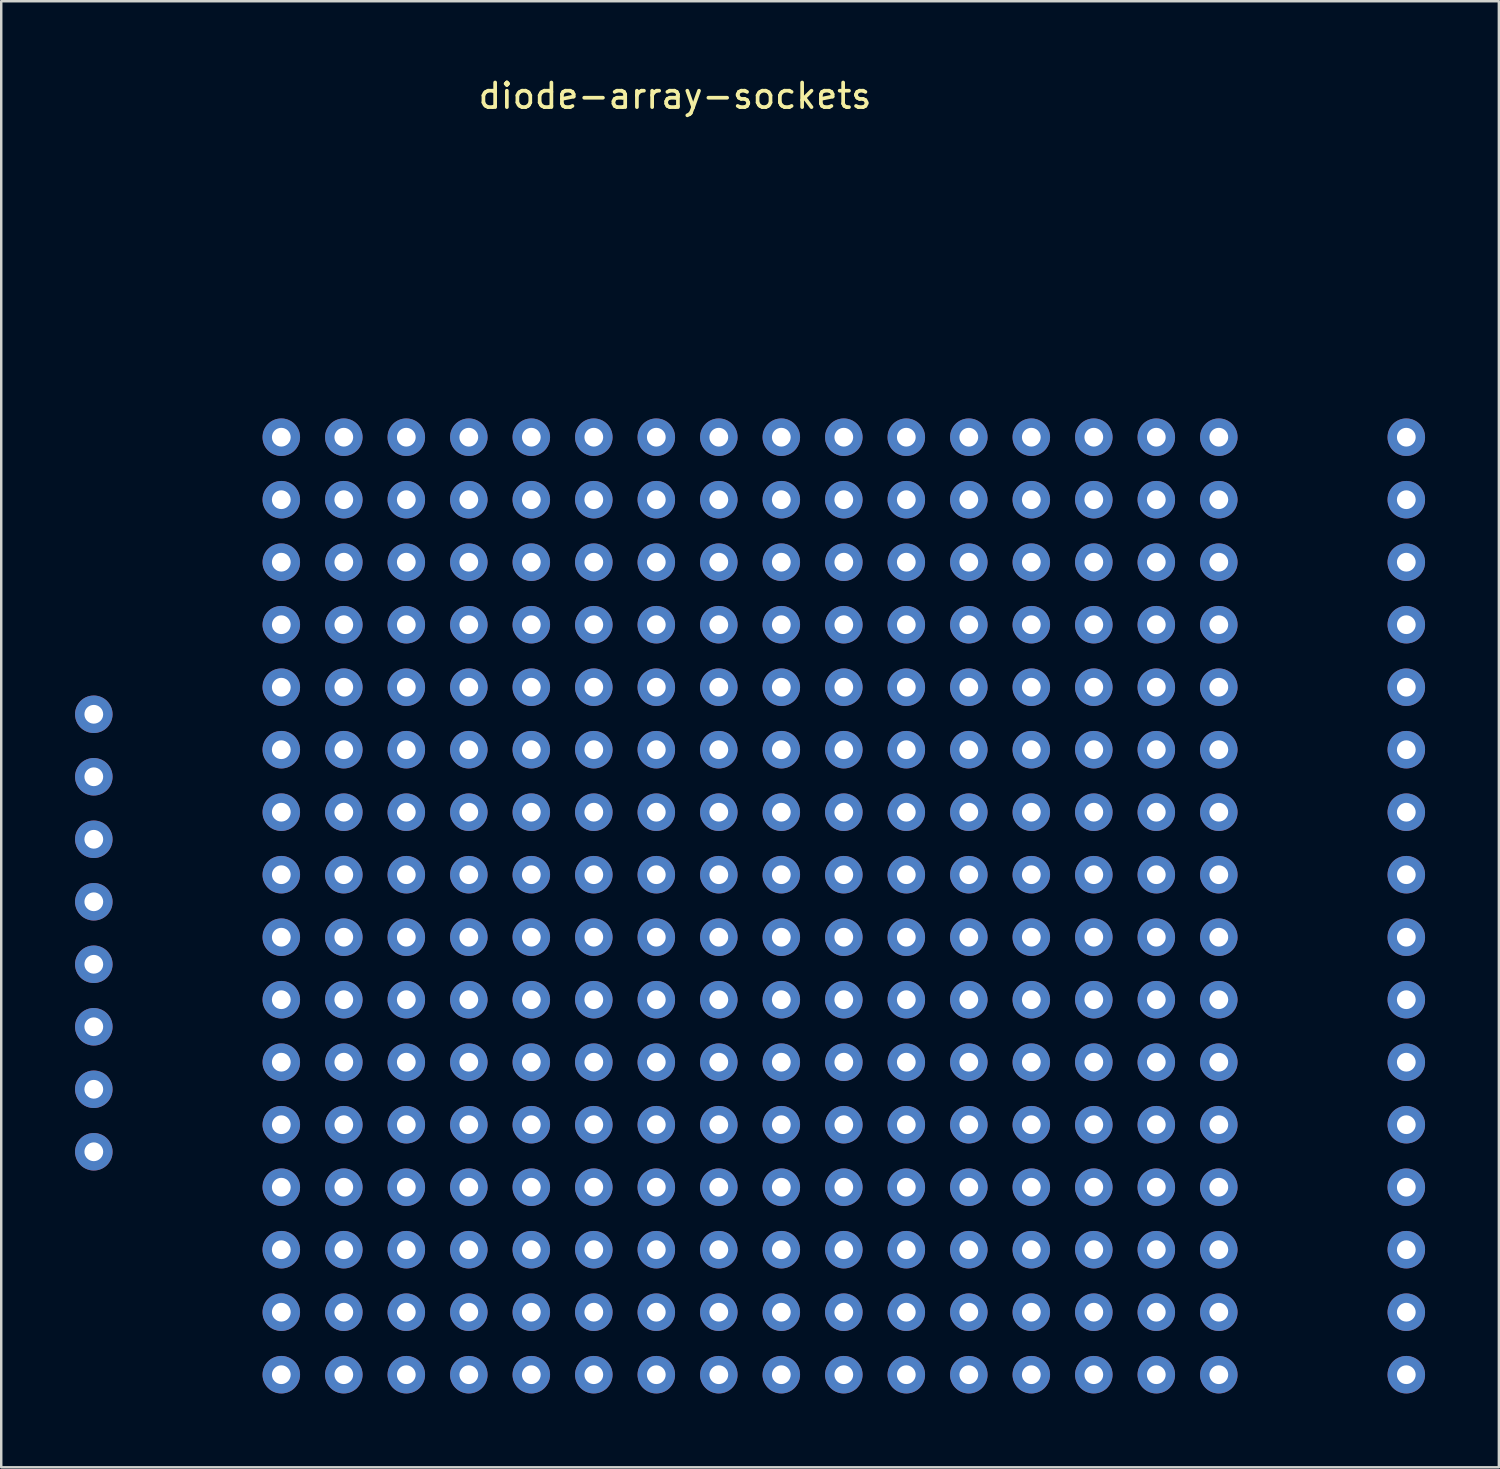
<source format=kicad_pcb>
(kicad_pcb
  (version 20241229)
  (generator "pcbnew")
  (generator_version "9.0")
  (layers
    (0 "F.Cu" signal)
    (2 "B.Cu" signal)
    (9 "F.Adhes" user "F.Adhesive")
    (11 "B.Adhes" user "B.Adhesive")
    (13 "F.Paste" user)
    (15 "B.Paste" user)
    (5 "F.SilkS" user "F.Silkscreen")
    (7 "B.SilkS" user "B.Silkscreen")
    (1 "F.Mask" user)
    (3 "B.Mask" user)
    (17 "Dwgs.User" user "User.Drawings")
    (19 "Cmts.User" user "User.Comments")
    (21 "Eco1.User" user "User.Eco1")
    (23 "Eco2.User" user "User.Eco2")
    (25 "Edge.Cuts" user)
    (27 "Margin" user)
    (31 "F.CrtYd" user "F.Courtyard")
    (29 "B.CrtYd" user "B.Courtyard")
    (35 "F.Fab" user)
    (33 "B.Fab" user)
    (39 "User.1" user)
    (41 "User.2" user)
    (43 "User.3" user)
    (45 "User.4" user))
  (footprint "diode-array-sockets"
    (layer "F.Cu")
    (at 16.002 20.898)
    (property "Reference" "diode-array-sockets" (at 8.38 -20.05 0) (layer "F.SilkS") (effects (font (size 1 1) (thickness 0.15))))
    (attr through_hole)
    (pad "1" thru_hole circle (at -15.24 22.86 90) (size 1.524 1.524) (drill 0.762) (layers "*.Cu" "*.Mask"))
    (pad "1" thru_hole circle (at -7.62 -6.18) (size 1.524 1.524) (drill 0.762) (layers "*.Cu" "*.Mask"))
    (pad "1" thru_hole circle (at -7.62 -3.64) (size 1.524 1.524) (drill 0.762) (layers "*.Cu" "*.Mask"))
    (pad "1" thru_hole circle (at -7.62 -1.1) (size 1.524 1.524) (drill 0.762) (layers "*.Cu" "*.Mask"))
    (pad "1" thru_hole circle (at -7.62 1.44) (size 1.524 1.524) (drill 0.762) (layers "*.Cu" "*.Mask"))
    (pad "1" thru_hole circle (at -7.62 3.98) (size 1.524 1.524) (drill 0.762) (layers "*.Cu" "*.Mask"))
    (pad "1" thru_hole circle (at -7.62 6.52) (size 1.524 1.524) (drill 0.762) (layers "*.Cu" "*.Mask"))
    (pad "1" thru_hole circle (at -7.62 9.06) (size 1.524 1.524) (drill 0.762) (layers "*.Cu" "*.Mask"))
    (pad "1" thru_hole circle (at -7.62 11.6) (size 1.524 1.524) (drill 0.762) (layers "*.Cu" "*.Mask"))
    (pad "1" thru_hole circle (at -7.62 14.14) (size 1.524 1.524) (drill 0.762) (layers "*.Cu" "*.Mask"))
    (pad "1" thru_hole circle (at -7.62 16.68) (size 1.524 1.524) (drill 0.762) (layers "*.Cu" "*.Mask"))
    (pad "1" thru_hole circle (at -7.62 19.22) (size 1.524 1.524) (drill 0.762) (layers "*.Cu" "*.Mask"))
    (pad "1" thru_hole circle (at -7.62 21.76) (size 1.524 1.524) (drill 0.762) (layers "*.Cu" "*.Mask"))
    (pad "1" thru_hole circle (at -7.62 24.3) (size 1.524 1.524) (drill 0.762) (layers "*.Cu" "*.Mask"))
    (pad "1" thru_hole circle (at -7.62 26.84) (size 1.524 1.524) (drill 0.762) (layers "*.Cu" "*.Mask"))
    (pad "1" thru_hole circle (at -7.62 29.38) (size 1.524 1.524) (drill 0.762) (layers "*.Cu" "*.Mask"))
    (pad "1" thru_hole circle (at -7.62 31.92) (size 1.524 1.524) (drill 0.762) (layers "*.Cu" "*.Mask"))
    (pad "2" thru_hole circle (at -15.24 20.32 90) (size 1.524 1.524) (drill 0.762) (layers "*.Cu" "*.Mask"))
    (pad "2" thru_hole circle (at -2.54 -6.18) (size 1.524 1.524) (drill 0.762) (layers "*.Cu" "*.Mask"))
    (pad "2" thru_hole circle (at -2.54 -3.64) (size 1.524 1.524) (drill 0.762) (layers "*.Cu" "*.Mask"))
    (pad "2" thru_hole circle (at -2.54 -1.1) (size 1.524 1.524) (drill 0.762) (layers "*.Cu" "*.Mask"))
    (pad "2" thru_hole circle (at -2.54 1.44) (size 1.524 1.524) (drill 0.762) (layers "*.Cu" "*.Mask"))
    (pad "2" thru_hole circle (at -2.54 3.98) (size 1.524 1.524) (drill 0.762) (layers "*.Cu" "*.Mask"))
    (pad "2" thru_hole circle (at -2.54 6.52) (size 1.524 1.524) (drill 0.762) (layers "*.Cu" "*.Mask"))
    (pad "2" thru_hole circle (at -2.54 9.06) (size 1.524 1.524) (drill 0.762) (layers "*.Cu" "*.Mask"))
    (pad "2" thru_hole circle (at -2.54 11.6) (size 1.524 1.524) (drill 0.762) (layers "*.Cu" "*.Mask"))
    (pad "2" thru_hole circle (at -2.54 14.14) (size 1.524 1.524) (drill 0.762) (layers "*.Cu" "*.Mask"))
    (pad "2" thru_hole circle (at -2.54 16.68) (size 1.524 1.524) (drill 0.762) (layers "*.Cu" "*.Mask"))
    (pad "2" thru_hole circle (at -2.54 19.22) (size 1.524 1.524) (drill 0.762) (layers "*.Cu" "*.Mask"))
    (pad "2" thru_hole circle (at -2.54 21.76) (size 1.524 1.524) (drill 0.762) (layers "*.Cu" "*.Mask"))
    (pad "2" thru_hole circle (at -2.54 24.3) (size 1.524 1.524) (drill 0.762) (layers "*.Cu" "*.Mask"))
    (pad "2" thru_hole circle (at -2.54 26.84) (size 1.524 1.524) (drill 0.762) (layers "*.Cu" "*.Mask"))
    (pad "2" thru_hole circle (at -2.54 29.38) (size 1.524 1.524) (drill 0.762) (layers "*.Cu" "*.Mask"))
    (pad "2" thru_hole circle (at -2.54 31.92) (size 1.524 1.524) (drill 0.762) (layers "*.Cu" "*.Mask"))
    (pad "3" thru_hole circle (at -15.24 17.78 90) (size 1.524 1.524) (drill 0.762) (layers "*.Cu" "*.Mask"))
    (pad "3" thru_hole circle (at 2.54 -6.18) (size 1.524 1.524) (drill 0.762) (layers "*.Cu" "*.Mask"))
    (pad "3" thru_hole circle (at 2.54 -3.64) (size 1.524 1.524) (drill 0.762) (layers "*.Cu" "*.Mask"))
    (pad "3" thru_hole circle (at 2.54 -1.1) (size 1.524 1.524) (drill 0.762) (layers "*.Cu" "*.Mask"))
    (pad "3" thru_hole circle (at 2.54 1.44) (size 1.524 1.524) (drill 0.762) (layers "*.Cu" "*.Mask"))
    (pad "3" thru_hole circle (at 2.54 3.98) (size 1.524 1.524) (drill 0.762) (layers "*.Cu" "*.Mask"))
    (pad "3" thru_hole circle (at 2.54 6.52) (size 1.524 1.524) (drill 0.762) (layers "*.Cu" "*.Mask"))
    (pad "3" thru_hole circle (at 2.54 9.06) (size 1.524 1.524) (drill 0.762) (layers "*.Cu" "*.Mask"))
    (pad "3" thru_hole circle (at 2.54 11.6) (size 1.524 1.524) (drill 0.762) (layers "*.Cu" "*.Mask"))
    (pad "3" thru_hole circle (at 2.54 14.14) (size 1.524 1.524) (drill 0.762) (layers "*.Cu" "*.Mask"))
    (pad "3" thru_hole circle (at 2.54 16.68) (size 1.524 1.524) (drill 0.762) (layers "*.Cu" "*.Mask"))
    (pad "3" thru_hole circle (at 2.54 19.22) (size 1.524 1.524) (drill 0.762) (layers "*.Cu" "*.Mask"))
    (pad "3" thru_hole circle (at 2.54 21.76) (size 1.524 1.524) (drill 0.762) (layers "*.Cu" "*.Mask"))
    (pad "3" thru_hole circle (at 2.54 24.3) (size 1.524 1.524) (drill 0.762) (layers "*.Cu" "*.Mask"))
    (pad "3" thru_hole circle (at 2.54 26.84) (size 1.524 1.524) (drill 0.762) (layers "*.Cu" "*.Mask"))
    (pad "3" thru_hole circle (at 2.54 29.38) (size 1.524 1.524) (drill 0.762) (layers "*.Cu" "*.Mask"))
    (pad "3" thru_hole circle (at 2.54 31.92) (size 1.524 1.524) (drill 0.762) (layers "*.Cu" "*.Mask"))
    (pad "4" thru_hole circle (at -15.24 15.24 90) (size 1.524 1.524) (drill 0.762) (layers "*.Cu" "*.Mask"))
    (pad "4" thru_hole circle (at 7.62 -6.18) (size 1.524 1.524) (drill 0.762) (layers "*.Cu" "*.Mask"))
    (pad "4" thru_hole circle (at 7.62 -3.64) (size 1.524 1.524) (drill 0.762) (layers "*.Cu" "*.Mask"))
    (pad "4" thru_hole circle (at 7.62 -1.1) (size 1.524 1.524) (drill 0.762) (layers "*.Cu" "*.Mask"))
    (pad "4" thru_hole circle (at 7.62 1.44) (size 1.524 1.524) (drill 0.762) (layers "*.Cu" "*.Mask"))
    (pad "4" thru_hole circle (at 7.62 3.98) (size 1.524 1.524) (drill 0.762) (layers "*.Cu" "*.Mask"))
    (pad "4" thru_hole circle (at 7.62 6.52) (size 1.524 1.524) (drill 0.762) (layers "*.Cu" "*.Mask"))
    (pad "4" thru_hole circle (at 7.62 9.06) (size 1.524 1.524) (drill 0.762) (layers "*.Cu" "*.Mask"))
    (pad "4" thru_hole circle (at 7.62 11.6) (size 1.524 1.524) (drill 0.762) (layers "*.Cu" "*.Mask"))
    (pad "4" thru_hole circle (at 7.62 14.14) (size 1.524 1.524) (drill 0.762) (layers "*.Cu" "*.Mask"))
    (pad "4" thru_hole circle (at 7.62 16.68) (size 1.524 1.524) (drill 0.762) (layers "*.Cu" "*.Mask"))
    (pad "4" thru_hole circle (at 7.62 19.22) (size 1.524 1.524) (drill 0.762) (layers "*.Cu" "*.Mask"))
    (pad "4" thru_hole circle (at 7.62 21.76) (size 1.524 1.524) (drill 0.762) (layers "*.Cu" "*.Mask"))
    (pad "4" thru_hole circle (at 7.62 24.3) (size 1.524 1.524) (drill 0.762) (layers "*.Cu" "*.Mask"))
    (pad "4" thru_hole circle (at 7.62 26.84) (size 1.524 1.524) (drill 0.762) (layers "*.Cu" "*.Mask"))
    (pad "4" thru_hole circle (at 7.62 29.38) (size 1.524 1.524) (drill 0.762) (layers "*.Cu" "*.Mask"))
    (pad "4" thru_hole circle (at 7.62 31.92) (size 1.524 1.524) (drill 0.762) (layers "*.Cu" "*.Mask"))
    (pad "5" thru_hole circle (at -15.24 12.7 90) (size 1.524 1.524) (drill 0.762) (layers "*.Cu" "*.Mask"))
    (pad "5" thru_hole circle (at 12.7 -6.18) (size 1.524 1.524) (drill 0.762) (layers "*.Cu" "*.Mask"))
    (pad "5" thru_hole circle (at 12.7 -3.64) (size 1.524 1.524) (drill 0.762) (layers "*.Cu" "*.Mask"))
    (pad "5" thru_hole circle (at 12.7 -1.1) (size 1.524 1.524) (drill 0.762) (layers "*.Cu" "*.Mask"))
    (pad "5" thru_hole circle (at 12.7 1.44) (size 1.524 1.524) (drill 0.762) (layers "*.Cu" "*.Mask"))
    (pad "5" thru_hole circle (at 12.7 3.98) (size 1.524 1.524) (drill 0.762) (layers "*.Cu" "*.Mask"))
    (pad "5" thru_hole circle (at 12.7 6.52) (size 1.524 1.524) (drill 0.762) (layers "*.Cu" "*.Mask"))
    (pad "5" thru_hole circle (at 12.7 9.06) (size 1.524 1.524) (drill 0.762) (layers "*.Cu" "*.Mask"))
    (pad "5" thru_hole circle (at 12.7 11.6) (size 1.524 1.524) (drill 0.762) (layers "*.Cu" "*.Mask"))
    (pad "5" thru_hole circle (at 12.7 14.14) (size 1.524 1.524) (drill 0.762) (layers "*.Cu" "*.Mask"))
    (pad "5" thru_hole circle (at 12.7 16.68) (size 1.524 1.524) (drill 0.762) (layers "*.Cu" "*.Mask"))
    (pad "5" thru_hole circle (at 12.7 19.22) (size 1.524 1.524) (drill 0.762) (layers "*.Cu" "*.Mask"))
    (pad "5" thru_hole circle (at 12.7 21.76) (size 1.524 1.524) (drill 0.762) (layers "*.Cu" "*.Mask"))
    (pad "5" thru_hole circle (at 12.7 24.3) (size 1.524 1.524) (drill 0.762) (layers "*.Cu" "*.Mask"))
    (pad "5" thru_hole circle (at 12.7 26.84) (size 1.524 1.524) (drill 0.762) (layers "*.Cu" "*.Mask"))
    (pad "5" thru_hole circle (at 12.7 29.38) (size 1.524 1.524) (drill 0.762) (layers "*.Cu" "*.Mask"))
    (pad "5" thru_hole circle (at 12.7 31.92) (size 1.524 1.524) (drill 0.762) (layers "*.Cu" "*.Mask"))
    (pad "6" thru_hole circle (at -15.24 10.16 90) (size 1.524 1.524) (drill 0.762) (layers "*.Cu" "*.Mask"))
    (pad "6" thru_hole circle (at 17.78 -6.18) (size 1.524 1.524) (drill 0.762) (layers "*.Cu" "*.Mask"))
    (pad "6" thru_hole circle (at 17.78 -3.64) (size 1.524 1.524) (drill 0.762) (layers "*.Cu" "*.Mask"))
    (pad "6" thru_hole circle (at 17.78 -1.1) (size 1.524 1.524) (drill 0.762) (layers "*.Cu" "*.Mask"))
    (pad "6" thru_hole circle (at 17.78 1.44) (size 1.524 1.524) (drill 0.762) (layers "*.Cu" "*.Mask"))
    (pad "6" thru_hole circle (at 17.78 3.98) (size 1.524 1.524) (drill 0.762) (layers "*.Cu" "*.Mask"))
    (pad "6" thru_hole circle (at 17.78 6.52) (size 1.524 1.524) (drill 0.762) (layers "*.Cu" "*.Mask"))
    (pad "6" thru_hole circle (at 17.78 9.06) (size 1.524 1.524) (drill 0.762) (layers "*.Cu" "*.Mask"))
    (pad "6" thru_hole circle (at 17.78 11.6) (size 1.524 1.524) (drill 0.762) (layers "*.Cu" "*.Mask"))
    (pad "6" thru_hole circle (at 17.78 14.14) (size 1.524 1.524) (drill 0.762) (layers "*.Cu" "*.Mask"))
    (pad "6" thru_hole circle (at 17.78 16.68) (size 1.524 1.524) (drill 0.762) (layers "*.Cu" "*.Mask"))
    (pad "6" thru_hole circle (at 17.78 19.22) (size 1.524 1.524) (drill 0.762) (layers "*.Cu" "*.Mask"))
    (pad "6" thru_hole circle (at 17.78 21.76) (size 1.524 1.524) (drill 0.762) (layers "*.Cu" "*.Mask"))
    (pad "6" thru_hole circle (at 17.78 24.3) (size 1.524 1.524) (drill 0.762) (layers "*.Cu" "*.Mask"))
    (pad "6" thru_hole circle (at 17.78 26.84) (size 1.524 1.524) (drill 0.762) (layers "*.Cu" "*.Mask"))
    (pad "6" thru_hole circle (at 17.78 29.38) (size 1.524 1.524) (drill 0.762) (layers "*.Cu" "*.Mask"))
    (pad "6" thru_hole circle (at 17.78 31.92) (size 1.524 1.524) (drill 0.762) (layers "*.Cu" "*.Mask"))
    (pad "7" thru_hole circle (at -15.24 7.62 90) (size 1.524 1.524) (drill 0.762) (layers "*.Cu" "*.Mask"))
    (pad "7" thru_hole circle (at 22.86 -6.18) (size 1.524 1.524) (drill 0.762) (layers "*.Cu" "*.Mask"))
    (pad "7" thru_hole circle (at 22.86 -3.64) (size 1.524 1.524) (drill 0.762) (layers "*.Cu" "*.Mask"))
    (pad "7" thru_hole circle (at 22.86 -1.1) (size 1.524 1.524) (drill 0.762) (layers "*.Cu" "*.Mask"))
    (pad "7" thru_hole circle (at 22.86 1.44) (size 1.524 1.524) (drill 0.762) (layers "*.Cu" "*.Mask"))
    (pad "7" thru_hole circle (at 22.86 3.98) (size 1.524 1.524) (drill 0.762) (layers "*.Cu" "*.Mask"))
    (pad "7" thru_hole circle (at 22.86 6.52) (size 1.524 1.524) (drill 0.762) (layers "*.Cu" "*.Mask"))
    (pad "7" thru_hole circle (at 22.86 9.06) (size 1.524 1.524) (drill 0.762) (layers "*.Cu" "*.Mask"))
    (pad "7" thru_hole circle (at 22.86 11.6) (size 1.524 1.524) (drill 0.762) (layers "*.Cu" "*.Mask"))
    (pad "7" thru_hole circle (at 22.86 14.14) (size 1.524 1.524) (drill 0.762) (layers "*.Cu" "*.Mask"))
    (pad "7" thru_hole circle (at 22.86 16.68) (size 1.524 1.524) (drill 0.762) (layers "*.Cu" "*.Mask"))
    (pad "7" thru_hole circle (at 22.86 19.22) (size 1.524 1.524) (drill 0.762) (layers "*.Cu" "*.Mask"))
    (pad "7" thru_hole circle (at 22.86 21.76) (size 1.524 1.524) (drill 0.762) (layers "*.Cu" "*.Mask"))
    (pad "7" thru_hole circle (at 22.86 24.3) (size 1.524 1.524) (drill 0.762) (layers "*.Cu" "*.Mask"))
    (pad "7" thru_hole circle (at 22.86 26.84) (size 1.524 1.524) (drill 0.762) (layers "*.Cu" "*.Mask"))
    (pad "7" thru_hole circle (at 22.86 29.38) (size 1.524 1.524) (drill 0.762) (layers "*.Cu" "*.Mask"))
    (pad "7" thru_hole circle (at 22.86 31.92) (size 1.524 1.524) (drill 0.762) (layers "*.Cu" "*.Mask"))
    (pad "8" thru_hole circle (at -15.24 5.08 90) (size 1.524 1.524) (drill 0.762) (layers "*.Cu" "*.Mask"))
    (pad "8" thru_hole circle (at 27.94 -6.18) (size 1.524 1.524) (drill 0.762) (layers "*.Cu" "*.Mask"))
    (pad "8" thru_hole circle (at 27.94 -3.64) (size 1.524 1.524) (drill 0.762) (layers "*.Cu" "*.Mask"))
    (pad "8" thru_hole circle (at 27.94 -1.1) (size 1.524 1.524) (drill 0.762) (layers "*.Cu" "*.Mask"))
    (pad "8" thru_hole circle (at 27.94 1.44) (size 1.524 1.524) (drill 0.762) (layers "*.Cu" "*.Mask"))
    (pad "8" thru_hole circle (at 27.94 3.98) (size 1.524 1.524) (drill 0.762) (layers "*.Cu" "*.Mask"))
    (pad "8" thru_hole circle (at 27.94 6.52) (size 1.524 1.524) (drill 0.762) (layers "*.Cu" "*.Mask"))
    (pad "8" thru_hole circle (at 27.94 9.06) (size 1.524 1.524) (drill 0.762) (layers "*.Cu" "*.Mask"))
    (pad "8" thru_hole circle (at 27.94 11.6) (size 1.524 1.524) (drill 0.762) (layers "*.Cu" "*.Mask"))
    (pad "8" thru_hole circle (at 27.94 14.14) (size 1.524 1.524) (drill 0.762) (layers "*.Cu" "*.Mask"))
    (pad "8" thru_hole circle (at 27.94 16.68) (size 1.524 1.524) (drill 0.762) (layers "*.Cu" "*.Mask"))
    (pad "8" thru_hole circle (at 27.94 19.22) (size 1.524 1.524) (drill 0.762) (layers "*.Cu" "*.Mask"))
    (pad "8" thru_hole circle (at 27.94 21.76) (size 1.524 1.524) (drill 0.762) (layers "*.Cu" "*.Mask"))
    (pad "8" thru_hole circle (at 27.94 24.3) (size 1.524 1.524) (drill 0.762) (layers "*.Cu" "*.Mask"))
    (pad "8" thru_hole circle (at 27.94 26.84) (size 1.524 1.524) (drill 0.762) (layers "*.Cu" "*.Mask"))
    (pad "8" thru_hole circle (at 27.94 29.38) (size 1.524 1.524) (drill 0.762) (layers "*.Cu" "*.Mask"))
    (pad "8" thru_hole circle (at 27.94 31.92) (size 1.524 1.524) (drill 0.762) (layers "*.Cu" "*.Mask"))
    (pad "9" thru_hole circle (at -5.08 -6.18) (size 1.524 1.524) (drill 0.762) (layers "*.Cu" "*.Mask"))
    (pad "9" thru_hole circle (at 0 -6.18) (size 1.524 1.524) (drill 0.762) (layers "*.Cu" "*.Mask"))
    (pad "9" thru_hole circle (at 5.08 -6.18) (size 1.524 1.524) (drill 0.762) (layers "*.Cu" "*.Mask"))
    (pad "9" thru_hole circle (at 10.16 -6.18) (size 1.524 1.524) (drill 0.762) (layers "*.Cu" "*.Mask"))
    (pad "9" thru_hole circle (at 15.24 -6.18) (size 1.524 1.524) (drill 0.762) (layers "*.Cu" "*.Mask"))
    (pad "9" thru_hole circle (at 20.32 -6.18) (size 1.524 1.524) (drill 0.762) (layers "*.Cu" "*.Mask"))
    (pad "9" thru_hole circle (at 25.4 -6.18) (size 1.524 1.524) (drill 0.762) (layers "*.Cu" "*.Mask"))
    (pad "9" thru_hole circle (at 30.48 -6.18) (size 1.524 1.524) (drill 0.762) (layers "*.Cu" "*.Mask"))
    (pad "9" thru_hole circle (at 38.1 -6.18) (size 1.524 1.524) (drill 0.762) (layers "*.Cu" "*.Mask"))
    (pad "10" thru_hole circle (at -5.08 -3.64) (size 1.524 1.524) (drill 0.762) (layers "*.Cu" "*.Mask"))
    (pad "10" thru_hole circle (at 0 -3.64) (size 1.524 1.524) (drill 0.762) (layers "*.Cu" "*.Mask"))
    (pad "10" thru_hole circle (at 5.08 -3.64) (size 1.524 1.524) (drill 0.762) (layers "*.Cu" "*.Mask"))
    (pad "10" thru_hole circle (at 10.16 -3.64) (size 1.524 1.524) (drill 0.762) (layers "*.Cu" "*.Mask"))
    (pad "10" thru_hole circle (at 15.24 -3.64) (size 1.524 1.524) (drill 0.762) (layers "*.Cu" "*.Mask"))
    (pad "10" thru_hole circle (at 20.32 -3.64) (size 1.524 1.524) (drill 0.762) (layers "*.Cu" "*.Mask"))
    (pad "10" thru_hole circle (at 25.4 -3.64) (size 1.524 1.524) (drill 0.762) (layers "*.Cu" "*.Mask"))
    (pad "10" thru_hole circle (at 30.48 -3.64) (size 1.524 1.524) (drill 0.762) (layers "*.Cu" "*.Mask"))
    (pad "10" thru_hole circle (at 38.1 -3.64) (size 1.524 1.524) (drill 0.762) (layers "*.Cu" "*.Mask"))
    (pad "11" thru_hole circle (at -5.08 -1.1) (size 1.524 1.524) (drill 0.762) (layers "*.Cu" "*.Mask"))
    (pad "11" thru_hole circle (at 0 -1.1) (size 1.524 1.524) (drill 0.762) (layers "*.Cu" "*.Mask"))
    (pad "11" thru_hole circle (at 5.08 -1.1) (size 1.524 1.524) (drill 0.762) (layers "*.Cu" "*.Mask"))
    (pad "11" thru_hole circle (at 10.16 -1.1) (size 1.524 1.524) (drill 0.762) (layers "*.Cu" "*.Mask"))
    (pad "11" thru_hole circle (at 15.24 -1.1) (size 1.524 1.524) (drill 0.762) (layers "*.Cu" "*.Mask"))
    (pad "11" thru_hole circle (at 20.32 -1.1) (size 1.524 1.524) (drill 0.762) (layers "*.Cu" "*.Mask"))
    (pad "11" thru_hole circle (at 25.4 -1.1) (size 1.524 1.524) (drill 0.762) (layers "*.Cu" "*.Mask"))
    (pad "11" thru_hole circle (at 30.48 -1.1) (size 1.524 1.524) (drill 0.762) (layers "*.Cu" "*.Mask"))
    (pad "11" thru_hole circle (at 38.1 -1.1) (size 1.524 1.524) (drill 0.762) (layers "*.Cu" "*.Mask"))
    (pad "12" thru_hole circle (at -5.08 1.44) (size 1.524 1.524) (drill 0.762) (layers "*.Cu" "*.Mask"))
    (pad "12" thru_hole circle (at 0 1.44) (size 1.524 1.524) (drill 0.762) (layers "*.Cu" "*.Mask"))
    (pad "12" thru_hole circle (at 5.08 1.44) (size 1.524 1.524) (drill 0.762) (layers "*.Cu" "*.Mask"))
    (pad "12" thru_hole circle (at 10.16 1.44) (size 1.524 1.524) (drill 0.762) (layers "*.Cu" "*.Mask"))
    (pad "12" thru_hole circle (at 15.24 1.44) (size 1.524 1.524) (drill 0.762) (layers "*.Cu" "*.Mask"))
    (pad "12" thru_hole circle (at 20.32 1.44) (size 1.524 1.524) (drill 0.762) (layers "*.Cu" "*.Mask"))
    (pad "12" thru_hole circle (at 25.4 1.44) (size 1.524 1.524) (drill 0.762) (layers "*.Cu" "*.Mask"))
    (pad "12" thru_hole circle (at 30.48 1.44) (size 1.524 1.524) (drill 0.762) (layers "*.Cu" "*.Mask"))
    (pad "12" thru_hole circle (at 38.1 1.44) (size 1.524 1.524) (drill 0.762) (layers "*.Cu" "*.Mask"))
    (pad "13" thru_hole circle (at -5.08 3.98) (size 1.524 1.524) (drill 0.762) (layers "*.Cu" "*.Mask"))
    (pad "13" thru_hole circle (at 0 3.98) (size 1.524 1.524) (drill 0.762) (layers "*.Cu" "*.Mask"))
    (pad "13" thru_hole circle (at 5.08 3.98) (size 1.524 1.524) (drill 0.762) (layers "*.Cu" "*.Mask"))
    (pad "13" thru_hole circle (at 10.16 3.98) (size 1.524 1.524) (drill 0.762) (layers "*.Cu" "*.Mask"))
    (pad "13" thru_hole circle (at 15.24 3.98) (size 1.524 1.524) (drill 0.762) (layers "*.Cu" "*.Mask"))
    (pad "13" thru_hole circle (at 20.32 3.98) (size 1.524 1.524) (drill 0.762) (layers "*.Cu" "*.Mask"))
    (pad "13" thru_hole circle (at 25.4 3.98) (size 1.524 1.524) (drill 0.762) (layers "*.Cu" "*.Mask"))
    (pad "13" thru_hole circle (at 30.48 3.98) (size 1.524 1.524) (drill 0.762) (layers "*.Cu" "*.Mask"))
    (pad "13" thru_hole circle (at 38.1 3.98) (size 1.524 1.524) (drill 0.762) (layers "*.Cu" "*.Mask"))
    (pad "14" thru_hole circle (at -5.08 6.52) (size 1.524 1.524) (drill 0.762) (layers "*.Cu" "*.Mask"))
    (pad "14" thru_hole circle (at 0 6.52) (size 1.524 1.524) (drill 0.762) (layers "*.Cu" "*.Mask"))
    (pad "14" thru_hole circle (at 5.08 6.52) (size 1.524 1.524) (drill 0.762) (layers "*.Cu" "*.Mask"))
    (pad "14" thru_hole circle (at 10.16 6.52) (size 1.524 1.524) (drill 0.762) (layers "*.Cu" "*.Mask"))
    (pad "14" thru_hole circle (at 15.24 6.52) (size 1.524 1.524) (drill 0.762) (layers "*.Cu" "*.Mask"))
    (pad "14" thru_hole circle (at 20.32 6.52) (size 1.524 1.524) (drill 0.762) (layers "*.Cu" "*.Mask"))
    (pad "14" thru_hole circle (at 25.4 6.52) (size 1.524 1.524) (drill 0.762) (layers "*.Cu" "*.Mask"))
    (pad "14" thru_hole circle (at 30.48 6.52) (size 1.524 1.524) (drill 0.762) (layers "*.Cu" "*.Mask"))
    (pad "14" thru_hole circle (at 38.1 6.52) (size 1.524 1.524) (drill 0.762) (layers "*.Cu" "*.Mask"))
    (pad "15" thru_hole circle (at -5.08 9.06) (size 1.524 1.524) (drill 0.762) (layers "*.Cu" "*.Mask"))
    (pad "15" thru_hole circle (at 0 9.06) (size 1.524 1.524) (drill 0.762) (layers "*.Cu" "*.Mask"))
    (pad "15" thru_hole circle (at 5.08 9.06) (size 1.524 1.524) (drill 0.762) (layers "*.Cu" "*.Mask"))
    (pad "15" thru_hole circle (at 10.16 9.06) (size 1.524 1.524) (drill 0.762) (layers "*.Cu" "*.Mask"))
    (pad "15" thru_hole circle (at 15.24 9.06) (size 1.524 1.524) (drill 0.762) (layers "*.Cu" "*.Mask"))
    (pad "15" thru_hole circle (at 20.32 9.06) (size 1.524 1.524) (drill 0.762) (layers "*.Cu" "*.Mask"))
    (pad "15" thru_hole circle (at 25.4 9.06) (size 1.524 1.524) (drill 0.762) (layers "*.Cu" "*.Mask"))
    (pad "15" thru_hole circle (at 30.48 9.06) (size 1.524 1.524) (drill 0.762) (layers "*.Cu" "*.Mask"))
    (pad "15" thru_hole circle (at 38.1 9.06) (size 1.524 1.524) (drill 0.762) (layers "*.Cu" "*.Mask"))
    (pad "16" thru_hole circle (at -5.08 11.6) (size 1.524 1.524) (drill 0.762) (layers "*.Cu" "*.Mask"))
    (pad "16" thru_hole circle (at 0 11.6) (size 1.524 1.524) (drill 0.762) (layers "*.Cu" "*.Mask"))
    (pad "16" thru_hole circle (at 5.08 11.6) (size 1.524 1.524) (drill 0.762) (layers "*.Cu" "*.Mask"))
    (pad "16" thru_hole circle (at 10.16 11.6) (size 1.524 1.524) (drill 0.762) (layers "*.Cu" "*.Mask"))
    (pad "16" thru_hole circle (at 15.24 11.6) (size 1.524 1.524) (drill 0.762) (layers "*.Cu" "*.Mask"))
    (pad "16" thru_hole circle (at 20.32 11.6) (size 1.524 1.524) (drill 0.762) (layers "*.Cu" "*.Mask"))
    (pad "16" thru_hole circle (at 25.4 11.6) (size 1.524 1.524) (drill 0.762) (layers "*.Cu" "*.Mask"))
    (pad "16" thru_hole circle (at 30.48 11.6) (size 1.524 1.524) (drill 0.762) (layers "*.Cu" "*.Mask"))
    (pad "16" thru_hole circle (at 38.1 11.6) (size 1.524 1.524) (drill 0.762) (layers "*.Cu" "*.Mask"))
    (pad "17" thru_hole circle (at -5.08 14.14) (size 1.524 1.524) (drill 0.762) (layers "*.Cu" "*.Mask"))
    (pad "17" thru_hole circle (at 0 14.14) (size 1.524 1.524) (drill 0.762) (layers "*.Cu" "*.Mask"))
    (pad "17" thru_hole circle (at 5.08 14.14) (size 1.524 1.524) (drill 0.762) (layers "*.Cu" "*.Mask"))
    (pad "17" thru_hole circle (at 10.16 14.14) (size 1.524 1.524) (drill 0.762) (layers "*.Cu" "*.Mask"))
    (pad "17" thru_hole circle (at 15.24 14.14) (size 1.524 1.524) (drill 0.762) (layers "*.Cu" "*.Mask"))
    (pad "17" thru_hole circle (at 20.32 14.14) (size 1.524 1.524) (drill 0.762) (layers "*.Cu" "*.Mask"))
    (pad "17" thru_hole circle (at 25.4 14.14) (size 1.524 1.524) (drill 0.762) (layers "*.Cu" "*.Mask"))
    (pad "17" thru_hole circle (at 30.48 14.14) (size 1.524 1.524) (drill 0.762) (layers "*.Cu" "*.Mask"))
    (pad "17" thru_hole circle (at 38.1 14.14) (size 1.524 1.524) (drill 0.762) (layers "*.Cu" "*.Mask"))
    (pad "18" thru_hole circle (at -5.08 16.68) (size 1.524 1.524) (drill 0.762) (layers "*.Cu" "*.Mask"))
    (pad "18" thru_hole circle (at 0 16.68) (size 1.524 1.524) (drill 0.762) (layers "*.Cu" "*.Mask"))
    (pad "18" thru_hole circle (at 5.08 16.68) (size 1.524 1.524) (drill 0.762) (layers "*.Cu" "*.Mask"))
    (pad "18" thru_hole circle (at 10.16 16.68) (size 1.524 1.524) (drill 0.762) (layers "*.Cu" "*.Mask"))
    (pad "18" thru_hole circle (at 15.24 16.68) (size 1.524 1.524) (drill 0.762) (layers "*.Cu" "*.Mask"))
    (pad "18" thru_hole circle (at 20.32 16.68) (size 1.524 1.524) (drill 0.762) (layers "*.Cu" "*.Mask"))
    (pad "18" thru_hole circle (at 25.4 16.68) (size 1.524 1.524) (drill 0.762) (layers "*.Cu" "*.Mask"))
    (pad "18" thru_hole circle (at 30.48 16.68) (size 1.524 1.524) (drill 0.762) (layers "*.Cu" "*.Mask"))
    (pad "18" thru_hole circle (at 38.1 16.68) (size 1.524 1.524) (drill 0.762) (layers "*.Cu" "*.Mask"))
    (pad "19" thru_hole circle (at -5.08 19.22) (size 1.524 1.524) (drill 0.762) (layers "*.Cu" "*.Mask"))
    (pad "19" thru_hole circle (at 0 19.22) (size 1.524 1.524) (drill 0.762) (layers "*.Cu" "*.Mask"))
    (pad "19" thru_hole circle (at 5.08 19.22) (size 1.524 1.524) (drill 0.762) (layers "*.Cu" "*.Mask"))
    (pad "19" thru_hole circle (at 10.16 19.22) (size 1.524 1.524) (drill 0.762) (layers "*.Cu" "*.Mask"))
    (pad "19" thru_hole circle (at 15.24 19.22) (size 1.524 1.524) (drill 0.762) (layers "*.Cu" "*.Mask"))
    (pad "19" thru_hole circle (at 20.32 19.22) (size 1.524 1.524) (drill 0.762) (layers "*.Cu" "*.Mask"))
    (pad "19" thru_hole circle (at 25.4 19.22) (size 1.524 1.524) (drill 0.762) (layers "*.Cu" "*.Mask"))
    (pad "19" thru_hole circle (at 30.48 19.22) (size 1.524 1.524) (drill 0.762) (layers "*.Cu" "*.Mask"))
    (pad "19" thru_hole circle (at 38.1 19.22) (size 1.524 1.524) (drill 0.762) (layers "*.Cu" "*.Mask"))
    (pad "20" thru_hole circle (at -5.08 21.76) (size 1.524 1.524) (drill 0.762) (layers "*.Cu" "*.Mask"))
    (pad "20" thru_hole circle (at 0 21.76) (size 1.524 1.524) (drill 0.762) (layers "*.Cu" "*.Mask"))
    (pad "20" thru_hole circle (at 5.08 21.76) (size 1.524 1.524) (drill 0.762) (layers "*.Cu" "*.Mask"))
    (pad "20" thru_hole circle (at 10.16 21.76) (size 1.524 1.524) (drill 0.762) (layers "*.Cu" "*.Mask"))
    (pad "20" thru_hole circle (at 15.24 21.76) (size 1.524 1.524) (drill 0.762) (layers "*.Cu" "*.Mask"))
    (pad "20" thru_hole circle (at 20.32 21.76) (size 1.524 1.524) (drill 0.762) (layers "*.Cu" "*.Mask"))
    (pad "20" thru_hole circle (at 25.4 21.76) (size 1.524 1.524) (drill 0.762) (layers "*.Cu" "*.Mask"))
    (pad "20" thru_hole circle (at 30.48 21.76) (size 1.524 1.524) (drill 0.762) (layers "*.Cu" "*.Mask"))
    (pad "20" thru_hole circle (at 38.1 21.76) (size 1.524 1.524) (drill 0.762) (layers "*.Cu" "*.Mask"))
    (pad "21" thru_hole circle (at -5.08 24.3) (size 1.524 1.524) (drill 0.762) (layers "*.Cu" "*.Mask"))
    (pad "21" thru_hole circle (at 0 24.3) (size 1.524 1.524) (drill 0.762) (layers "*.Cu" "*.Mask"))
    (pad "21" thru_hole circle (at 5.08 24.3) (size 1.524 1.524) (drill 0.762) (layers "*.Cu" "*.Mask"))
    (pad "21" thru_hole circle (at 10.16 24.3) (size 1.524 1.524) (drill 0.762) (layers "*.Cu" "*.Mask"))
    (pad "21" thru_hole circle (at 15.24 24.3) (size 1.524 1.524) (drill 0.762) (layers "*.Cu" "*.Mask"))
    (pad "21" thru_hole circle (at 20.32 24.3) (size 1.524 1.524) (drill 0.762) (layers "*.Cu" "*.Mask"))
    (pad "21" thru_hole circle (at 25.4 24.3) (size 1.524 1.524) (drill 0.762) (layers "*.Cu" "*.Mask"))
    (pad "21" thru_hole circle (at 30.48 24.3) (size 1.524 1.524) (drill 0.762) (layers "*.Cu" "*.Mask"))
    (pad "21" thru_hole circle (at 38.1 24.3) (size 1.524 1.524) (drill 0.762) (layers "*.Cu" "*.Mask"))
    (pad "22" thru_hole circle (at -5.08 26.84) (size 1.524 1.524) (drill 0.762) (layers "*.Cu" "*.Mask"))
    (pad "22" thru_hole circle (at 0 26.84) (size 1.524 1.524) (drill 0.762) (layers "*.Cu" "*.Mask"))
    (pad "22" thru_hole circle (at 5.08 26.84) (size 1.524 1.524) (drill 0.762) (layers "*.Cu" "*.Mask"))
    (pad "22" thru_hole circle (at 10.16 26.84) (size 1.524 1.524) (drill 0.762) (layers "*.Cu" "*.Mask"))
    (pad "22" thru_hole circle (at 15.24 26.84) (size 1.524 1.524) (drill 0.762) (layers "*.Cu" "*.Mask"))
    (pad "22" thru_hole circle (at 20.32 26.84) (size 1.524 1.524) (drill 0.762) (layers "*.Cu" "*.Mask"))
    (pad "22" thru_hole circle (at 25.4 26.84) (size 1.524 1.524) (drill 0.762) (layers "*.Cu" "*.Mask"))
    (pad "22" thru_hole circle (at 30.48 26.84) (size 1.524 1.524) (drill 0.762) (layers "*.Cu" "*.Mask"))
    (pad "22" thru_hole circle (at 38.1 26.84) (size 1.524 1.524) (drill 0.762) (layers "*.Cu" "*.Mask"))
    (pad "23" thru_hole circle (at -5.08 29.38) (size 1.524 1.524) (drill 0.762) (layers "*.Cu" "*.Mask"))
    (pad "23" thru_hole circle (at 0 29.38) (size 1.524 1.524) (drill 0.762) (layers "*.Cu" "*.Mask"))
    (pad "23" thru_hole circle (at 5.08 29.38) (size 1.524 1.524) (drill 0.762) (layers "*.Cu" "*.Mask"))
    (pad "23" thru_hole circle (at 10.16 29.38) (size 1.524 1.524) (drill 0.762) (layers "*.Cu" "*.Mask"))
    (pad "23" thru_hole circle (at 15.24 29.38) (size 1.524 1.524) (drill 0.762) (layers "*.Cu" "*.Mask"))
    (pad "23" thru_hole circle (at 20.32 29.38) (size 1.524 1.524) (drill 0.762) (layers "*.Cu" "*.Mask"))
    (pad "23" thru_hole circle (at 25.4 29.38) (size 1.524 1.524) (drill 0.762) (layers "*.Cu" "*.Mask"))
    (pad "23" thru_hole circle (at 30.48 29.38) (size 1.524 1.524) (drill 0.762) (layers "*.Cu" "*.Mask"))
    (pad "23" thru_hole circle (at 38.1 29.38) (size 1.524 1.524) (drill 0.762) (layers "*.Cu" "*.Mask"))
    (pad "24" thru_hole circle (at -5.08 31.92) (size 1.524 1.524) (drill 0.762) (layers "*.Cu" "*.Mask"))
    (pad "24" thru_hole circle (at 0 31.92) (size 1.524 1.524) (drill 0.762) (layers "*.Cu" "*.Mask"))
    (pad "24" thru_hole circle (at 5.08 31.92) (size 1.524 1.524) (drill 0.762) (layers "*.Cu" "*.Mask"))
    (pad "24" thru_hole circle (at 10.16 31.92) (size 1.524 1.524) (drill 0.762) (layers "*.Cu" "*.Mask"))
    (pad "24" thru_hole circle (at 15.24 31.92) (size 1.524 1.524) (drill 0.762) (layers "*.Cu" "*.Mask"))
    (pad "24" thru_hole circle (at 20.32 31.92) (size 1.524 1.524) (drill 0.762) (layers "*.Cu" "*.Mask"))
    (pad "24" thru_hole circle (at 25.4 31.92) (size 1.524 1.524) (drill 0.762) (layers "*.Cu" "*.Mask"))
    (pad "24" thru_hole circle (at 30.48 31.92) (size 1.524 1.524) (drill 0.762) (layers "*.Cu" "*.Mask"))
    (pad "24" thru_hole circle (at 38.1 31.92) (size 1.524 1.524) (drill 0.762) (layers "*.Cu" "*.Mask")))
  (gr_rect
    (start -3 -3)
    (end 57.864 56.58)
    (stroke (width 0.1) (type default))
    (fill no)
    (layer "Edge.Cuts")))
</source>
